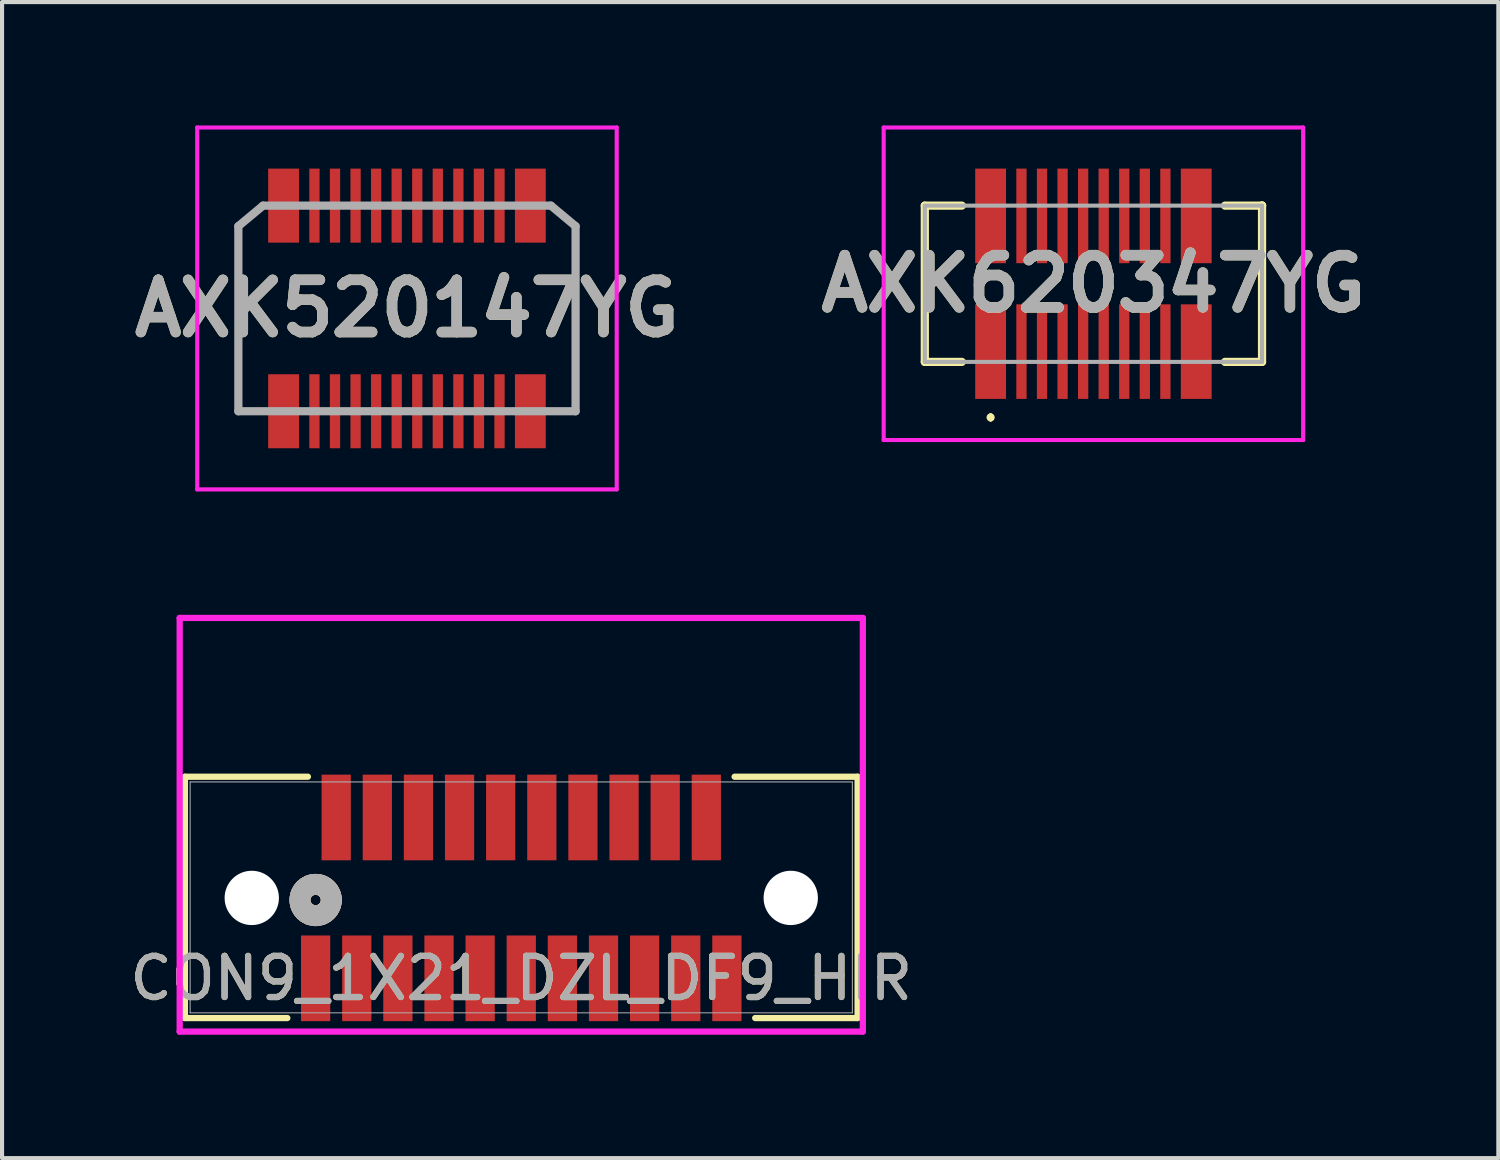
<source format=kicad_pcb>
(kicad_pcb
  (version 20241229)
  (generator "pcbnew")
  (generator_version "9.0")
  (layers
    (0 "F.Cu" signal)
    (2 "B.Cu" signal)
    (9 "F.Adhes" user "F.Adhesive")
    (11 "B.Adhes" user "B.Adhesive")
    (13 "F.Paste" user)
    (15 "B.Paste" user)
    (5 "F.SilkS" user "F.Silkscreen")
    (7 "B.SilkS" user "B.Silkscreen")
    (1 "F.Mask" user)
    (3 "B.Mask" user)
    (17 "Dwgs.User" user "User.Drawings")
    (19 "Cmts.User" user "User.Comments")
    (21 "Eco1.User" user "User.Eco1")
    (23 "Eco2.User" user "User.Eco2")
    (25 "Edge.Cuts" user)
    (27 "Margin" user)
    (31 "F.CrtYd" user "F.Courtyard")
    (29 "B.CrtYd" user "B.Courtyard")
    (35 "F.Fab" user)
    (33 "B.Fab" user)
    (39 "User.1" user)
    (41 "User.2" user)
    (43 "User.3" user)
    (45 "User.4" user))
  (footprint "AXK520147YG"
    (layer "F.Cu")
    (at 6.846 4.45)
    (property "Reference" "AXK520147YG" (at 0 0 0) (layer "F.SilkS") (effects (font (size 1.27 1.27) (thickness 0.254))))
    (attr smd)
    (fp_line (start -4.1 -2) (end -4.1 2.5) (stroke (width 0.1) (type solid)) (layer "F.SilkS"))
    (fp_line (start -4.1 2.5) (end -3 2.5) (stroke (width 0.1) (type solid)) (layer "F.SilkS"))
    (fp_line (start -3.5 -2.5) (end -4.1 -2) (stroke (width 0.1) (type solid)) (layer "F.SilkS"))
    (fp_line (start -3 -2.5) (end -3.5 -2.5) (stroke (width 0.1) (type solid)) (layer "F.SilkS"))
    (fp_line (start 3 2.5) (end 4.1 2.5) (stroke (width 0.1) (type solid)) (layer "F.SilkS"))
    (fp_line (start 3.5 -2.5) (end 3 -2.5) (stroke (width 0.1) (type solid)) (layer "F.SilkS"))
    (fp_line (start 4.1 -2) (end 3.5 -2.5) (stroke (width 0.1) (type solid)) (layer "F.SilkS"))
    (fp_line (start 4.1 2.5) (end 4.1 -2) (stroke (width 0.1) (type solid)) (layer "F.SilkS"))
    (fp_line (start -5.1 -4.4) (end 5.1 -4.4) (stroke (width 0.1) (type solid)) (layer "F.CrtYd"))
    (fp_line (start -5.1 4.4) (end -5.1 -4.4) (stroke (width 0.1) (type solid)) (layer "F.CrtYd"))
    (fp_line (start 5.1 -4.4) (end 5.1 4.4) (stroke (width 0.1) (type solid)) (layer "F.CrtYd"))
    (fp_line (start 5.1 4.4) (end -5.1 4.4) (stroke (width 0.1) (type solid)) (layer "F.CrtYd"))
    (fp_line (start -4.1 -2) (end -4.1 2.5) (stroke (width 0.2) (type solid)) (layer "F.Fab"))
    (fp_line (start -4.1 2.5) (end 4.1 2.5) (stroke (width 0.2) (type solid)) (layer "F.Fab"))
    (fp_line (start -3.5 -2.5) (end -4.1 -2) (stroke (width 0.2) (type solid)) (layer "F.Fab"))
    (fp_line (start 3.5 -2.5) (end -3.5 -2.5) (stroke (width 0.2) (type solid)) (layer "F.Fab"))
    (fp_line (start 4.1 -2) (end 3.5 -2.5) (stroke (width 0.2) (type solid)) (layer "F.Fab"))
    (fp_line (start 4.1 2.5) (end 4.1 -2) (stroke (width 0.2) (type solid)) (layer "F.Fab"))
    (fp_text user "${REFERENCE}" (at 0 0 0) (layer "F.Fab") (effects (font (size 1.27 1.27) (thickness 0.254))))
    (pad "1" smd rect (at -2.25 2.5) (size 0.25 1.8) (layers "F.Cu" "F.Mask" "F.Paste"))
    (pad "2" smd rect (at -2.25 -2.5) (size 0.25 1.8) (layers "F.Cu" "F.Mask" "F.Paste"))
    (pad "3" smd rect (at -1.75 2.5) (size 0.25 1.8) (layers "F.Cu" "F.Mask" "F.Paste"))
    (pad "4" smd rect (at -1.75 -2.5) (size 0.25 1.8) (layers "F.Cu" "F.Mask" "F.Paste"))
    (pad "5" smd rect (at -1.25 2.5) (size 0.25 1.8) (layers "F.Cu" "F.Mask" "F.Paste"))
    (pad "6" smd rect (at -1.25 -2.5) (size 0.25 1.8) (layers "F.Cu" "F.Mask" "F.Paste"))
    (pad "7" smd rect (at -0.75 2.5) (size 0.25 1.8) (layers "F.Cu" "F.Mask" "F.Paste"))
    (pad "8" smd rect (at -0.75 -2.5) (size 0.25 1.8) (layers "F.Cu" "F.Mask" "F.Paste"))
    (pad "9" smd rect (at -0.25 2.5) (size 0.25 1.8) (layers "F.Cu" "F.Mask" "F.Paste"))
    (pad "10" smd rect (at -0.25 -2.5) (size 0.25 1.8) (layers "F.Cu" "F.Mask" "F.Paste"))
    (pad "11" smd rect (at 0.25 2.5) (size 0.25 1.8) (layers "F.Cu" "F.Mask" "F.Paste"))
    (pad "12" smd rect (at 0.25 -2.5) (size 0.25 1.8) (layers "F.Cu" "F.Mask" "F.Paste"))
    (pad "13" smd rect (at 0.75 2.5) (size 0.25 1.8) (layers "F.Cu" "F.Mask" "F.Paste"))
    (pad "14" smd rect (at 0.75 -2.5) (size 0.25 1.8) (layers "F.Cu" "F.Mask" "F.Paste"))
    (pad "15" smd rect (at 1.25 2.5) (size 0.25 1.8) (layers "F.Cu" "F.Mask" "F.Paste"))
    (pad "16" smd rect (at 1.25 -2.5) (size 0.25 1.8) (layers "F.Cu" "F.Mask" "F.Paste"))
    (pad "17" smd rect (at 1.75 2.5) (size 0.25 1.8) (layers "F.Cu" "F.Mask" "F.Paste"))
    (pad "18" smd rect (at 1.75 -2.5) (size 0.25 1.8) (layers "F.Cu" "F.Mask" "F.Paste"))
    (pad "19" smd rect (at 2.25 2.5) (size 0.25 1.8) (layers "F.Cu" "F.Mask" "F.Paste"))
    (pad "20" smd rect (at 2.25 -2.5) (size 0.25 1.8) (layers "F.Cu" "F.Mask" "F.Paste"))
    (pad "MP1" smd rect (at -3 2.5) (size 0.75 1.8) (layers "F.Cu" "F.Mask" "F.Paste"))
    (pad "MP2" smd rect (at -3 -2.5) (size 0.75 1.8) (layers "F.Cu" "F.Mask" "F.Paste"))
    (pad "MP3" smd rect (at 3 -2.5) (size 0.75 1.8) (layers "F.Cu" "F.Mask" "F.Paste"))
    (pad "MP4" smd rect (at 3 2.5) (size 0.75 1.8) (layers "F.Cu" "F.Mask" "F.Paste")))
  (footprint "AXK620347YG"
    (layer "F.Cu")
    (at 23.538 3.85)
    (property "Reference" "AXK620347YG" (at 0 0 0) (layer "F.SilkS") (effects (font (size 1.27 1.27) (thickness 0.254))))
    (attr smd)
    (fp_line (start -4.1 -1.9) (end -4.1 1.9) (stroke (width 0.2) (type solid)) (layer "F.SilkS"))
    (fp_line (start -4.1 1.9) (end -3.2 1.9) (stroke (width 0.2) (type solid)) (layer "F.SilkS"))
    (fp_line (start -3.2 -1.9) (end -4.1 -1.9) (stroke (width 0.2) (type solid)) (layer "F.SilkS"))
    (fp_line (start -2.5 3.2) (end -2.5 3.2) (stroke (width 0.1) (type solid)) (layer "F.SilkS"))
    (fp_line (start -2.5 3.3) (end -2.5 3.3) (stroke (width 0.1) (type solid)) (layer "F.SilkS"))
    (fp_line (start 3.2 -1.9) (end 4.1 -1.9) (stroke (width 0.2) (type solid)) (layer "F.SilkS"))
    (fp_line (start 4.1 -1.9) (end 4.1 -1.9) (stroke (width 0.2) (type solid)) (layer "F.SilkS"))
    (fp_line (start 4.1 -1.9) (end 4.1 -1.9) (stroke (width 0.2) (type solid)) (layer "F.SilkS"))
    (fp_line (start 4.1 -1.9) (end 4.1 1.9) (stroke (width 0.2) (type solid)) (layer "F.SilkS"))
    (fp_line (start 4.1 1.9) (end 3.2 1.9) (stroke (width 0.2) (type solid)) (layer "F.SilkS"))
    (fp_arc (start -2.5 3.2) (mid -2.45 3.25) (end -2.5 3.3) (stroke (width 0.1) (type solid)) (layer "F.SilkS"))
    (fp_arc (start -2.5 3.3) (mid -2.55 3.25) (end -2.5 3.2) (stroke (width 0.1) (type solid)) (layer "F.SilkS"))
    (fp_line (start -5.1 -3.8) (end 5.1 -3.8) (stroke (width 0.1) (type solid)) (layer "F.CrtYd"))
    (fp_line (start -5.1 3.8) (end -5.1 -3.8) (stroke (width 0.1) (type solid)) (layer "F.CrtYd"))
    (fp_line (start 5.1 -3.8) (end 5.1 3.8) (stroke (width 0.1) (type solid)) (layer "F.CrtYd"))
    (fp_line (start 5.1 3.8) (end -5.1 3.8) (stroke (width 0.1) (type solid)) (layer "F.CrtYd"))
    (fp_line (start -4.1 -1.9) (end 4.1 -1.9) (stroke (width 0.1) (type solid)) (layer "F.Fab"))
    (fp_line (start -4.1 1.9) (end -4.1 -1.9) (stroke (width 0.1) (type solid)) (layer "F.Fab"))
    (fp_line (start 4.1 -1.9) (end 4.1 1.9) (stroke (width 0.1) (type solid)) (layer "F.Fab"))
    (fp_line (start 4.1 1.9) (end -4.1 1.9) (stroke (width 0.1) (type solid)) (layer "F.Fab"))
    (fp_text user "${REFERENCE}" (at 0 0 0) (layer "F.Fab") (effects (font (size 1.27 1.27) (thickness 0.254))))
    (pad "1" smd rect (at -2.5 1.65) (size 0.75 2.3) (layers "F.Cu" "F.Mask" "F.Paste"))
    (pad "2" smd rect (at -1.75 1.65) (size 0.25 2.3) (layers "F.Cu" "F.Mask" "F.Paste"))
    (pad "3" smd rect (at -1.25 1.65) (size 0.25 2.3) (layers "F.Cu" "F.Mask" "F.Paste"))
    (pad "4" smd rect (at -0.75 1.65) (size 0.25 2.3) (layers "F.Cu" "F.Mask" "F.Paste"))
    (pad "5" smd rect (at -0.25 1.65) (size 0.25 2.3) (layers "F.Cu" "F.Mask" "F.Paste"))
    (pad "6" smd rect (at 0.25 1.65) (size 0.25 2.3) (layers "F.Cu" "F.Mask" "F.Paste"))
    (pad "7" smd rect (at 0.75 1.65) (size 0.25 2.3) (layers "F.Cu" "F.Mask" "F.Paste"))
    (pad "8" smd rect (at 1.25 1.65) (size 0.25 2.3) (layers "F.Cu" "F.Mask" "F.Paste"))
    (pad "9" smd rect (at 1.75 1.65) (size 0.25 2.3) (layers "F.Cu" "F.Mask" "F.Paste"))
    (pad "10" smd rect (at 2.5 1.65) (size 0.75 2.3) (layers "F.Cu" "F.Mask" "F.Paste"))
    (pad "11" smd rect (at 2.5 -1.65) (size 0.75 2.3) (layers "F.Cu" "F.Mask" "F.Paste"))
    (pad "12" smd rect (at 1.75 -1.65) (size 0.25 2.3) (layers "F.Cu" "F.Mask" "F.Paste"))
    (pad "13" smd rect (at 1.25 -1.65) (size 0.25 2.3) (layers "F.Cu" "F.Mask" "F.Paste"))
    (pad "14" smd rect (at 0.75 -1.65) (size 0.25 2.3) (layers "F.Cu" "F.Mask" "F.Paste"))
    (pad "15" smd rect (at 0.25 -1.65) (size 0.25 2.3) (layers "F.Cu" "F.Mask" "F.Paste"))
    (pad "16" smd rect (at -0.25 -1.65) (size 0.25 2.3) (layers "F.Cu" "F.Mask" "F.Paste"))
    (pad "17" smd rect (at -0.75 -1.65) (size 0.25 2.3) (layers "F.Cu" "F.Mask" "F.Paste"))
    (pad "18" smd rect (at -1.25 -1.65) (size 0.25 2.3) (layers "F.Cu" "F.Mask" "F.Paste"))
    (pad "19" smd rect (at -1.75 -1.65) (size 0.25 2.3) (layers "F.Cu" "F.Mask" "F.Paste"))
    (pad "20" smd rect (at -2.5 -1.65) (size 0.75 2.3) (layers "F.Cu" "F.Mask" "F.Paste")))
  (footprint "CON9_1X21_DZL_DF9_HIR"
    (layer "F.Cu")
    (at 9.625 18.771)
    (property "Reference" "CON9_1X21_DZL_DF9_HIR" (at 0 1.968 0) (unlocked yes) (layer "F.SilkS") (effects (font (size 1 1) (thickness 0.15))))
    (attr smd)
    (fp_line (start -8.179 -2.934) (end -8.179 2.934) (stroke (width 0.152) (type solid)) (layer "F.SilkS"))
    (fp_line (start -8.179 2.934) (end -5.688 2.934) (stroke (width 0.152) (type solid)) (layer "F.SilkS"))
    (fp_line (start -5.188 -2.934) (end -8.179 -2.934) (stroke (width 0.152) (type solid)) (layer "F.SilkS"))
    (fp_line (start 5.688 2.934) (end 8.179 2.934) (stroke (width 0.152) (type solid)) (layer "F.SilkS"))
    (fp_line (start 8.179 -2.934) (end 5.188 -2.934) (stroke (width 0.152) (type solid)) (layer "F.SilkS"))
    (fp_line (start 8.179 2.934) (end 8.179 -2.934) (stroke (width 0.152) (type solid)) (layer "F.SilkS"))
    (fp_arc (start -5.143212 0.41656) (mid -5.212835 -0.25251) (end -4.619 0.0635) (stroke (width 0.508) (type solid)) (layer "F.SilkS"))
    (fp_arc (start -4.619 0.0635) (mid -4.68399 0.276335) (end -4.856788 0.41656) (stroke (width 0.508) (type solid)) (layer "F.SilkS"))
    (fp_circle (center -5 0.064) (end -4.619 0.064) (stroke (width 0.508) (type solid)) (fill no) (layer "B.SilkS"))
    (fp_line (start -8.306 -6.795) (end -8.306 3.264) (stroke (width 0.152) (type solid)) (layer "F.CrtYd"))
    (fp_line (start -8.306 3.264) (end 8.306 3.264) (stroke (width 0.152) (type solid)) (layer "F.CrtYd"))
    (fp_line (start 8.306 -6.795) (end -8.306 -6.795) (stroke (width 0.152) (type solid)) (layer "F.CrtYd"))
    (fp_line (start 8.306 3.264) (end 8.306 -6.795) (stroke (width 0.152) (type solid)) (layer "F.CrtYd"))
    (fp_line (start -8.052 -2.807) (end -8.052 2.807) (stroke (width 0.025) (type solid)) (layer "F.Fab"))
    (fp_line (start -8.052 2.807) (end 8.052 2.807) (stroke (width 0.025) (type solid)) (layer "F.Fab"))
    (fp_line (start 8.052 -2.807) (end -8.052 -2.807) (stroke (width 0.025) (type solid)) (layer "F.Fab"))
    (fp_line (start 8.052 2.807) (end 8.052 -2.807) (stroke (width 0.025) (type solid)) (layer "F.Fab"))
    (fp_circle (center -5 0.064) (end -4.619 0.064) (stroke (width 0.508) (type solid)) (fill no) (layer "F.Fab"))
    (fp_text user "${REFERENCE}" (at 0 1.968 0) (unlocked yes) (layer "F.Fab") (effects (font (size 1 1) (thickness 0.15))))
    (pad "" np_thru_hole circle (at -6.553 0.013) (size 1.321 1.321) (drill 1.321) (layers "*.Cu" "*.Mask"))
    (pad "" np_thru_hole circle (at 6.553 0.013) (size 1.321 1.321) (drill 1.321) (layers "*.Cu" "*.Mask"))
    (pad "1" smd rect (at -5 1.968) (size 0.711 2.083) (layers "F.Cu" "F.Mask" "F.Paste"))
    (pad "2" smd rect (at -4.5 -1.943) (size 0.711 2.083) (layers "F.Cu" "F.Mask" "F.Paste"))
    (pad "3" smd rect (at -4 1.968) (size 0.711 2.083) (layers "F.Cu" "F.Mask" "F.Paste"))
    (pad "4" smd rect (at -3.5 -1.943) (size 0.711 2.083) (layers "F.Cu" "F.Mask" "F.Paste"))
    (pad "5" smd rect (at -3 1.968) (size 0.711 2.083) (layers "F.Cu" "F.Mask" "F.Paste"))
    (pad "6" smd rect (at -2.5 -1.943) (size 0.711 2.083) (layers "F.Cu" "F.Mask" "F.Paste"))
    (pad "7" smd rect (at -2 1.968) (size 0.711 2.083) (layers "F.Cu" "F.Mask" "F.Paste"))
    (pad "8" smd rect (at -1.5 -1.943) (size 0.711 2.083) (layers "F.Cu" "F.Mask" "F.Paste"))
    (pad "9" smd rect (at -1 1.968) (size 0.711 2.083) (layers "F.Cu" "F.Mask" "F.Paste"))
    (pad "10" smd rect (at -0.5 -1.943) (size 0.711 2.083) (layers "F.Cu" "F.Mask" "F.Paste"))
    (pad "11" smd rect (at 0 1.968) (size 0.711 2.083) (layers "F.Cu" "F.Mask" "F.Paste"))
    (pad "12" smd rect (at 0.5 -1.943) (size 0.711 2.083) (layers "F.Cu" "F.Mask" "F.Paste"))
    (pad "13" smd rect (at 1 1.968) (size 0.711 2.083) (layers "F.Cu" "F.Mask" "F.Paste"))
    (pad "14" smd rect (at 1.5 -1.943) (size 0.711 2.083) (layers "F.Cu" "F.Mask" "F.Paste"))
    (pad "15" smd rect (at 2 1.968) (size 0.711 2.083) (layers "F.Cu" "F.Mask" "F.Paste"))
    (pad "16" smd rect (at 2.5 -1.943) (size 0.711 2.083) (layers "F.Cu" "F.Mask" "F.Paste"))
    (pad "17" smd rect (at 3 1.968) (size 0.711 2.083) (layers "F.Cu" "F.Mask" "F.Paste"))
    (pad "18" smd rect (at 3.5 -1.943) (size 0.711 2.083) (layers "F.Cu" "F.Mask" "F.Paste"))
    (pad "19" smd rect (at 4 1.968) (size 0.711 2.083) (layers "F.Cu" "F.Mask" "F.Paste"))
    (pad "20" smd rect (at 4.5 -1.943) (size 0.711 2.083) (layers "F.Cu" "F.Mask" "F.Paste"))
    (pad "21" smd rect (at 5 1.968) (size 0.711 2.083) (layers "F.Cu" "F.Mask" "F.Paste")))
  (gr_rect
    (start -3 -3)
    (end 33.384 25.111)
    (stroke (width 0.1) (type default))
    (fill no)
    (layer "Edge.Cuts")))
</source>
